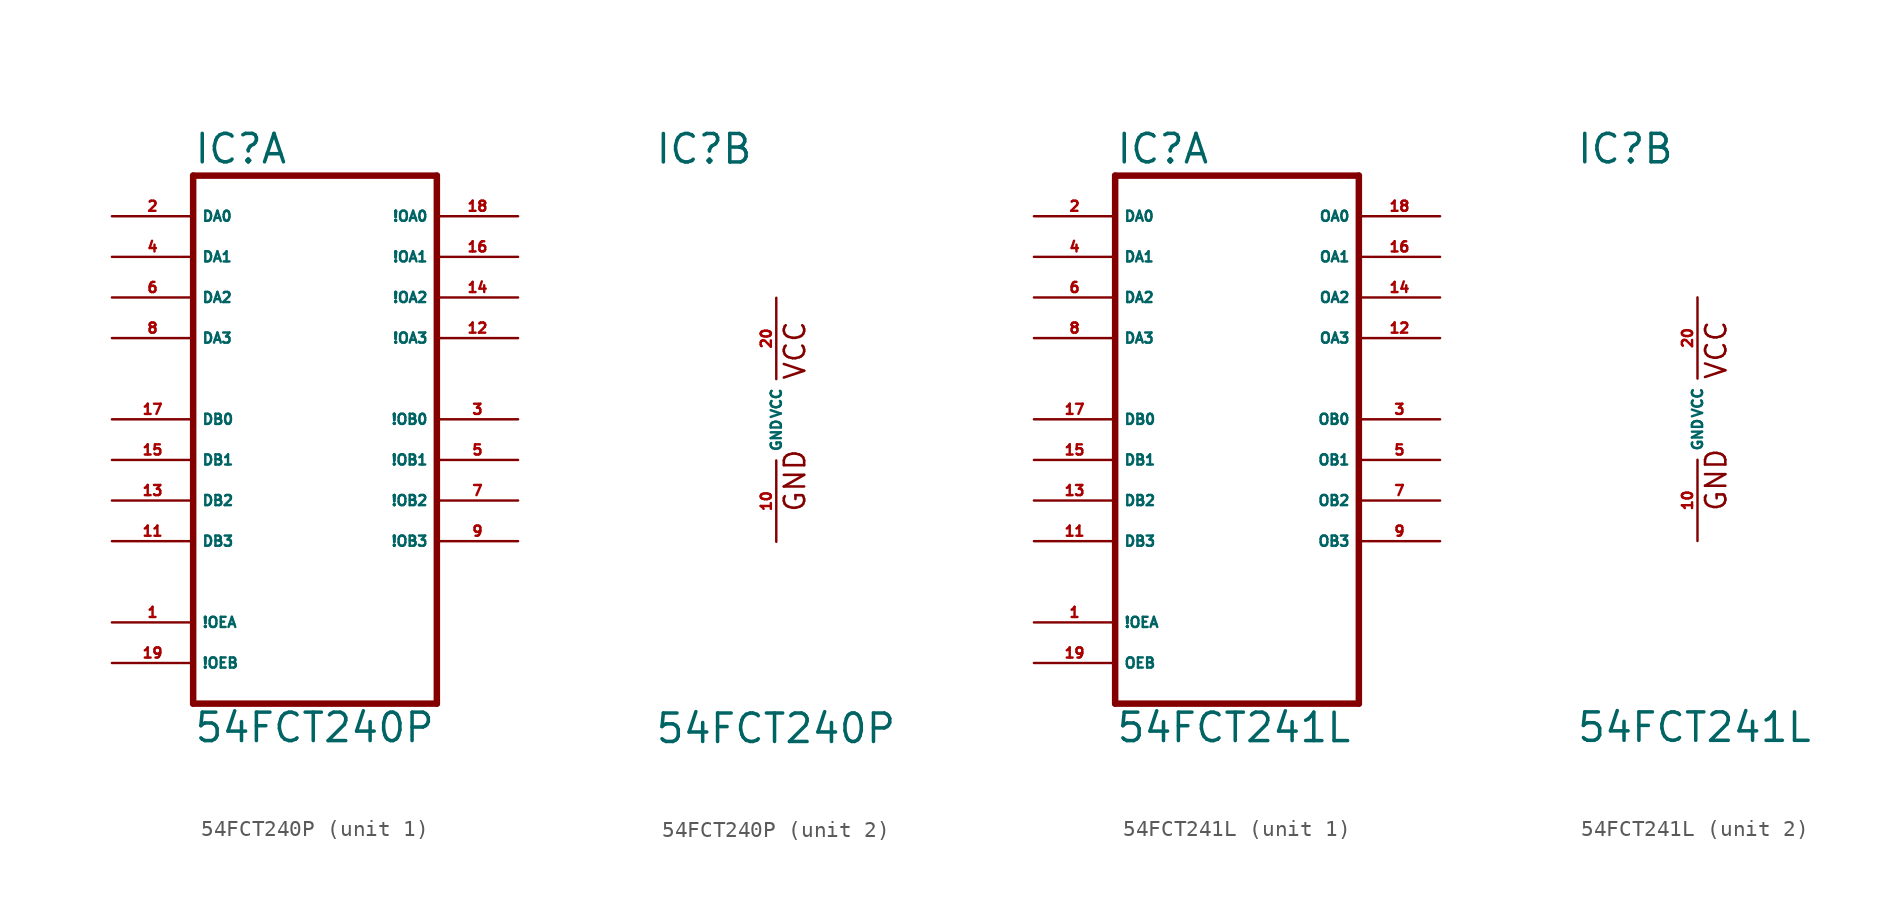
<source format=kicad_sym>
(kicad_symbol_lib
  (version 20220914)
  (generator Eagle2Kicad)
  (symbol "54FCT240P"
    (property "Reference" "IC"
      (at -7.62 15.875 0)
      (effects (font (size 1.778 1.778) (thickness 0.22)) (justify left bottom)))
    (property "Value" "54FCT240P"
      (at -7.62 -20.32 0)
      (effects (font (size 1.778 1.778) (thickness 0.22)) (justify left bottom)))
    (symbol "54FCT240P_1_0"
      (polyline (pts (xy -7.62 -17.78) (xy 7.62 -17.78)) (stroke (width 0.406) (type default)) (fill (type none)))
      (polyline (pts (xy 7.62 -17.78) (xy 7.62 15.24)) (stroke (width 0.406) (type default)) (fill (type none)))
      (polyline (pts (xy 7.62 15.24) (xy -7.62 15.24)) (stroke (width 0.406) (type default)) (fill (type none)))
      (polyline (pts (xy -7.62 15.24) (xy -7.62 -17.78)) (stroke (width 0.406) (type default)) (fill (type none)))
      (pin input line (at -12.7 12.7 0) (length 5.08) (name "DA0" (effects (font (size 0.635 0.635) (thickness 0.08)) (justify left bottom))) (number "2" (effects (font (size 0.635 0.635) (thickness 0.08)) (justify left bottom))))
      (pin input line (at -12.7 10.16 0) (length 5.08) (name "DA1" (effects (font (size 0.635 0.635) (thickness 0.08)) (justify left bottom))) (number "4" (effects (font (size 0.635 0.635) (thickness 0.08)) (justify left bottom))))
      (pin input line (at -12.7 7.62 0) (length 5.08) (name "DA2" (effects (font (size 0.635 0.635) (thickness 0.08)) (justify left bottom))) (number "6" (effects (font (size 0.635 0.635) (thickness 0.08)) (justify left bottom))))
      (pin input line (at -12.7 5.08 0) (length 5.08) (name "DA3" (effects (font (size 0.635 0.635) (thickness 0.08)) (justify left bottom))) (number "8" (effects (font (size 0.635 0.635) (thickness 0.08)) (justify left bottom))))
      (pin input line (at -12.7 0 0) (length 5.08) (name "DB0" (effects (font (size 0.635 0.635) (thickness 0.08)) (justify left bottom))) (number "17" (effects (font (size 0.635 0.635) (thickness 0.08)) (justify left bottom))))
      (pin input line (at -12.7 -2.54 0) (length 5.08) (name "DB1" (effects (font (size 0.635 0.635) (thickness 0.08)) (justify left bottom))) (number "15" (effects (font (size 0.635 0.635) (thickness 0.08)) (justify left bottom))))
      (pin input line (at -12.7 -5.08 0) (length 5.08) (name "DB2" (effects (font (size 0.635 0.635) (thickness 0.08)) (justify left bottom))) (number "13" (effects (font (size 0.635 0.635) (thickness 0.08)) (justify left bottom))))
      (pin input line (at -12.7 -7.62 0) (length 5.08) (name "DB3" (effects (font (size 0.635 0.635) (thickness 0.08)) (justify left bottom))) (number "11" (effects (font (size 0.635 0.635) (thickness 0.08)) (justify left bottom))))
      (pin input line (at -12.7 -12.7 0) (length 5.08) (name "!OEA" (effects (font (size 0.635 0.635) (thickness 0.08)) (justify left bottom))) (number "1" (effects (font (size 0.635 0.635) (thickness 0.08)) (justify left bottom))))
      (pin input line (at -12.7 -15.24 0) (length 5.08) (name "!OEB" (effects (font (size 0.635 0.635) (thickness 0.08)) (justify left bottom))) (number "19" (effects (font (size 0.635 0.635) (thickness 0.08)) (justify left bottom))))
      (pin output line (at 12.7 12.7 180) (length 5.08) (name "!OA0" (effects (font (size 0.635 0.635) (thickness 0.08)) (justify left bottom))) (number "18" (effects (font (size 0.635 0.635) (thickness 0.08)) (justify left bottom))))
      (pin output line (at 12.7 10.16 180) (length 5.08) (name "!OA1" (effects (font (size 0.635 0.635) (thickness 0.08)) (justify left bottom))) (number "16" (effects (font (size 0.635 0.635) (thickness 0.08)) (justify left bottom))))
      (pin output line (at 12.7 7.62 180) (length 5.08) (name "!OA2" (effects (font (size 0.635 0.635) (thickness 0.08)) (justify left bottom))) (number "14" (effects (font (size 0.635 0.635) (thickness 0.08)) (justify left bottom))))
      (pin output line (at 12.7 5.08 180) (length 5.08) (name "!OA3" (effects (font (size 0.635 0.635) (thickness 0.08)) (justify left bottom))) (number "12" (effects (font (size 0.635 0.635) (thickness 0.08)) (justify left bottom))))
      (pin output line (at 12.7 0 180) (length 5.08) (name "!OB0" (effects (font (size 0.635 0.635) (thickness 0.08)) (justify left bottom))) (number "3" (effects (font (size 0.635 0.635) (thickness 0.08)) (justify left bottom))))
      (pin output line (at 12.7 -2.54 180) (length 5.08) (name "!OB1" (effects (font (size 0.635 0.635) (thickness 0.08)) (justify left bottom))) (number "5" (effects (font (size 0.635 0.635) (thickness 0.08)) (justify left bottom))))
      (pin output line (at 12.7 -5.08 180) (length 5.08) (name "!OB2" (effects (font (size 0.635 0.635) (thickness 0.08)) (justify left bottom))) (number "7" (effects (font (size 0.635 0.635) (thickness 0.08)) (justify left bottom))))
      (pin output line (at 12.7 -7.62 180) (length 5.08) (name "!OB3" (effects (font (size 0.635 0.635) (thickness 0.08)) (justify left bottom))) (number "9" (effects (font (size 0.635 0.635) (thickness 0.08)) (justify left bottom)))))
    (symbol "54FCT240P_2_0"
      (text "GND" (at 1.905 -5.842 900) (effects (font (size 1.27 1.27) (thickness 0.16)) (justify left bottom)))
      (text "VCC" (at 1.905 2.413 900) (effects (font (size 1.27 1.27) (thickness 0.16)) (justify left bottom)))
      (pin unspecified line (at 0 7.62 270) (length 5.08) (name "VCC" (effects (font (size 0.635 0.635) (thickness 0.08)) (justify left bottom))) (number "20" (effects (font (size 0.635 0.635) (thickness 0.08)) (justify left bottom))))
      (pin unspecified line (at 0 -7.62 90) (length 5.08) (name "GND" (effects (font (size 0.635 0.635) (thickness 0.08)) (justify left bottom))) (number "10" (effects (font (size 0.635 0.635) (thickness 0.08)) (justify left bottom))))))
  (symbol "54FCT241L"
    (property "Reference" "IC"
      (at -7.62 15.875 0)
      (effects (font (size 1.778 1.778) (thickness 0.22)) (justify left bottom)))
    (property "Value" "54FCT241L"
      (at -7.62 -20.32 0)
      (effects (font (size 1.778 1.778) (thickness 0.22)) (justify left bottom)))
    (symbol "54FCT241L_1_0"
      (polyline (pts (xy -7.62 -17.78) (xy 7.62 -17.78)) (stroke (width 0.406) (type default)) (fill (type none)))
      (polyline (pts (xy 7.62 -17.78) (xy 7.62 15.24)) (stroke (width 0.406) (type default)) (fill (type none)))
      (polyline (pts (xy 7.62 15.24) (xy -7.62 15.24)) (stroke (width 0.406) (type default)) (fill (type none)))
      (polyline (pts (xy -7.62 15.24) (xy -7.62 -17.78)) (stroke (width 0.406) (type default)) (fill (type none)))
      (pin input line (at -12.7 12.7 0) (length 5.08) (name "DA0" (effects (font (size 0.635 0.635) (thickness 0.08)) (justify left bottom))) (number "2" (effects (font (size 0.635 0.635) (thickness 0.08)) (justify left bottom))))
      (pin input line (at -12.7 10.16 0) (length 5.08) (name "DA1" (effects (font (size 0.635 0.635) (thickness 0.08)) (justify left bottom))) (number "4" (effects (font (size 0.635 0.635) (thickness 0.08)) (justify left bottom))))
      (pin input line (at -12.7 7.62 0) (length 5.08) (name "DA2" (effects (font (size 0.635 0.635) (thickness 0.08)) (justify left bottom))) (number "6" (effects (font (size 0.635 0.635) (thickness 0.08)) (justify left bottom))))
      (pin input line (at -12.7 5.08 0) (length 5.08) (name "DA3" (effects (font (size 0.635 0.635) (thickness 0.08)) (justify left bottom))) (number "8" (effects (font (size 0.635 0.635) (thickness 0.08)) (justify left bottom))))
      (pin input line (at -12.7 0 0) (length 5.08) (name "DB0" (effects (font (size 0.635 0.635) (thickness 0.08)) (justify left bottom))) (number "17" (effects (font (size 0.635 0.635) (thickness 0.08)) (justify left bottom))))
      (pin input line (at -12.7 -2.54 0) (length 5.08) (name "DB1" (effects (font (size 0.635 0.635) (thickness 0.08)) (justify left bottom))) (number "15" (effects (font (size 0.635 0.635) (thickness 0.08)) (justify left bottom))))
      (pin input line (at -12.7 -5.08 0) (length 5.08) (name "DB2" (effects (font (size 0.635 0.635) (thickness 0.08)) (justify left bottom))) (number "13" (effects (font (size 0.635 0.635) (thickness 0.08)) (justify left bottom))))
      (pin input line (at -12.7 -7.62 0) (length 5.08) (name "DB3" (effects (font (size 0.635 0.635) (thickness 0.08)) (justify left bottom))) (number "11" (effects (font (size 0.635 0.635) (thickness 0.08)) (justify left bottom))))
      (pin input line (at -12.7 -12.7 0) (length 5.08) (name "!OEA" (effects (font (size 0.635 0.635) (thickness 0.08)) (justify left bottom))) (number "1" (effects (font (size 0.635 0.635) (thickness 0.08)) (justify left bottom))))
      (pin input line (at -12.7 -15.24 0) (length 5.08) (name "OEB" (effects (font (size 0.635 0.635) (thickness 0.08)) (justify left bottom))) (number "19" (effects (font (size 0.635 0.635) (thickness 0.08)) (justify left bottom))))
      (pin output line (at 12.7 12.7 180) (length 5.08) (name "OA0" (effects (font (size 0.635 0.635) (thickness 0.08)) (justify left bottom))) (number "18" (effects (font (size 0.635 0.635) (thickness 0.08)) (justify left bottom))))
      (pin output line (at 12.7 10.16 180) (length 5.08) (name "OA1" (effects (font (size 0.635 0.635) (thickness 0.08)) (justify left bottom))) (number "16" (effects (font (size 0.635 0.635) (thickness 0.08)) (justify left bottom))))
      (pin output line (at 12.7 7.62 180) (length 5.08) (name "OA2" (effects (font (size 0.635 0.635) (thickness 0.08)) (justify left bottom))) (number "14" (effects (font (size 0.635 0.635) (thickness 0.08)) (justify left bottom))))
      (pin output line (at 12.7 5.08 180) (length 5.08) (name "OA3" (effects (font (size 0.635 0.635) (thickness 0.08)) (justify left bottom))) (number "12" (effects (font (size 0.635 0.635) (thickness 0.08)) (justify left bottom))))
      (pin output line (at 12.7 0 180) (length 5.08) (name "OB0" (effects (font (size 0.635 0.635) (thickness 0.08)) (justify left bottom))) (number "3" (effects (font (size 0.635 0.635) (thickness 0.08)) (justify left bottom))))
      (pin output line (at 12.7 -2.54 180) (length 5.08) (name "OB1" (effects (font (size 0.635 0.635) (thickness 0.08)) (justify left bottom))) (number "5" (effects (font (size 0.635 0.635) (thickness 0.08)) (justify left bottom))))
      (pin output line (at 12.7 -5.08 180) (length 5.08) (name "OB2" (effects (font (size 0.635 0.635) (thickness 0.08)) (justify left bottom))) (number "7" (effects (font (size 0.635 0.635) (thickness 0.08)) (justify left bottom))))
      (pin output line (at 12.7 -7.62 180) (length 5.08) (name "OB3" (effects (font (size 0.635 0.635) (thickness 0.08)) (justify left bottom))) (number "9" (effects (font (size 0.635 0.635) (thickness 0.08)) (justify left bottom)))))
    (symbol "54FCT241L_2_0"
      (text "GND" (at 1.905 -5.842 900) (effects (font (size 1.27 1.27) (thickness 0.16)) (justify left bottom)))
      (text "VCC" (at 1.905 2.413 900) (effects (font (size 1.27 1.27) (thickness 0.16)) (justify left bottom)))
      (pin unspecified line (at 0 7.62 270) (length 5.08) (name "VCC" (effects (font (size 0.635 0.635) (thickness 0.08)) (justify left bottom))) (number "20" (effects (font (size 0.635 0.635) (thickness 0.08)) (justify left bottom))))
      (pin unspecified line (at 0 -7.62 90) (length 5.08) (name "GND" (effects (font (size 0.635 0.635) (thickness 0.08)) (justify left bottom))) (number "10" (effects (font (size 0.635 0.635) (thickness 0.08)) (justify left bottom)))))))
</source>
